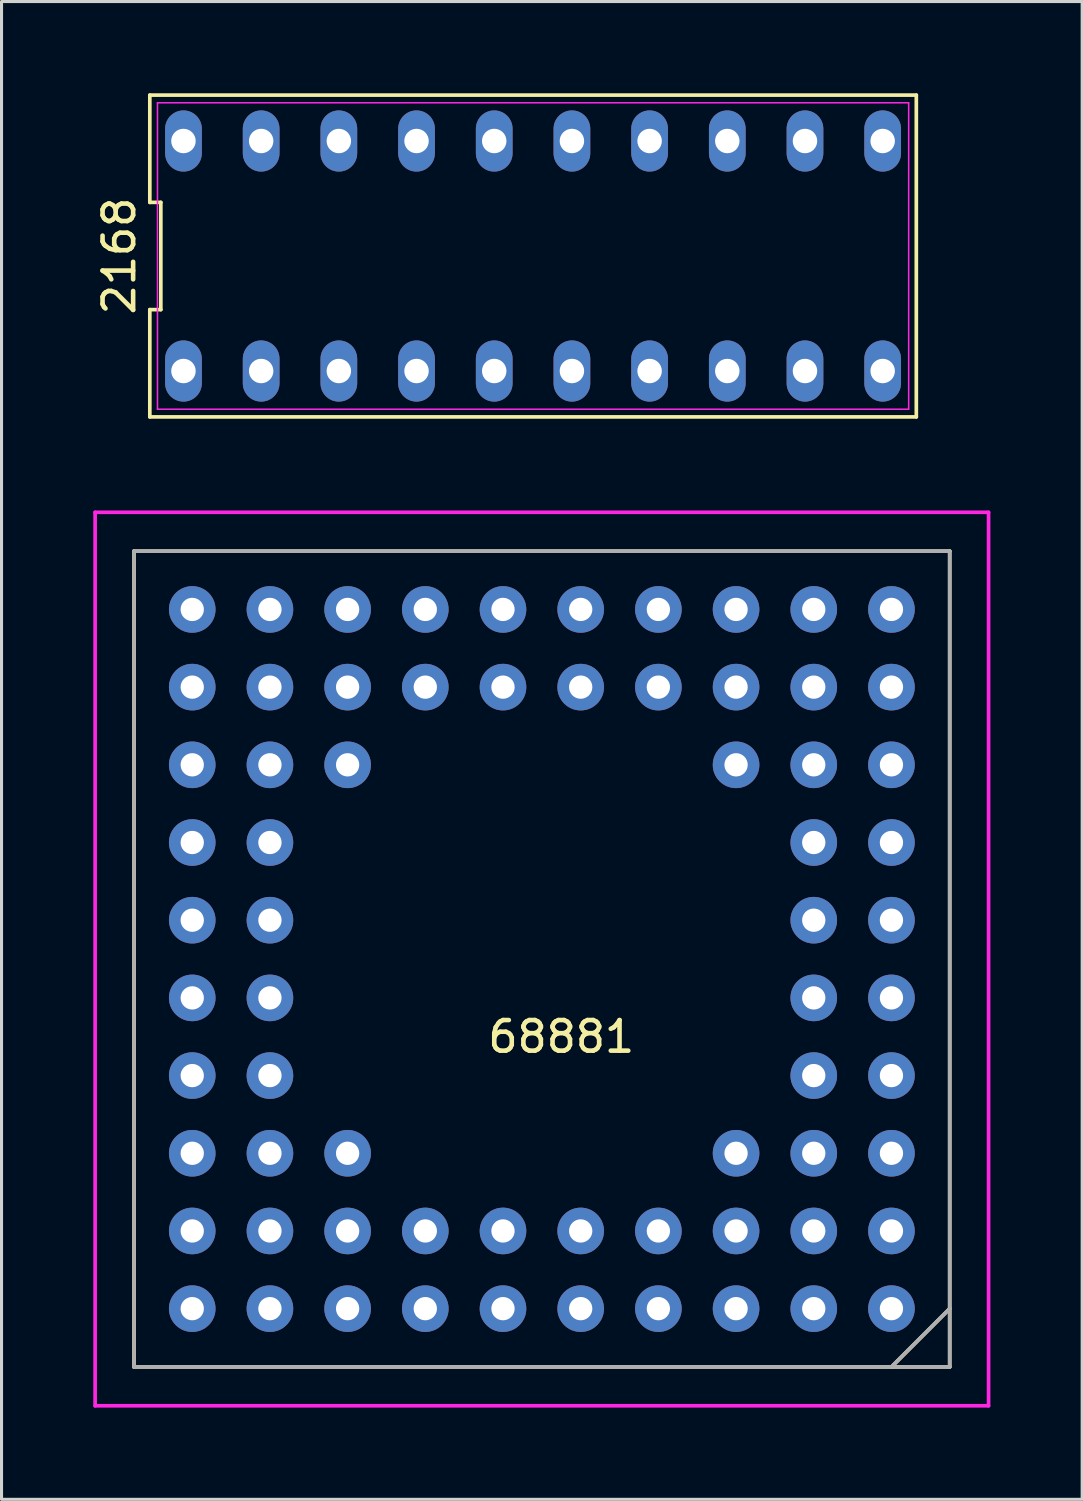
<source format=kicad_pcb>
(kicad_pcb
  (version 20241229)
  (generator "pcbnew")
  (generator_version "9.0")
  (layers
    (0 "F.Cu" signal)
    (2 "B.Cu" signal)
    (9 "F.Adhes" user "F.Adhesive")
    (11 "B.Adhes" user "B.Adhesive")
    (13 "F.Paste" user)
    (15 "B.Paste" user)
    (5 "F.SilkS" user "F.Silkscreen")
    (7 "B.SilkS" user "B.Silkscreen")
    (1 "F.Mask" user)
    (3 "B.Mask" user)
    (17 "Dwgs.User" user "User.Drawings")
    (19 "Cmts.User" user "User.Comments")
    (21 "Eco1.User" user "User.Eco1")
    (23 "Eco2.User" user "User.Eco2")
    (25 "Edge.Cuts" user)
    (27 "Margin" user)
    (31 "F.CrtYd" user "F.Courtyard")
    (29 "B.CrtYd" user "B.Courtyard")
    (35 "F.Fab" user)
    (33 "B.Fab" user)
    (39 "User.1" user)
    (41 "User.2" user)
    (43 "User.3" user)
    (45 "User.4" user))
  (footprint "68881"
    (layer "F.Cu")
    (at 14.665 28.305)
    (property "Reference" "68881" (at 0.635 2.54 0) (layer "F.SilkS") (effects (font (size 1 1) (thickness 0.15))))
    (attr through_hole)
    (fp_line (start -13.335 -13.335) (end 13.335 -13.335) (stroke (width 0.12) (type solid)) (layer "F.SilkS"))
    (fp_line (start -13.335 13.335) (end -13.335 -13.335) (stroke (width 0.12) (type solid)) (layer "F.SilkS"))
    (fp_line (start 11.43 13.335) (end 13.335 11.43) (stroke (width 0.12) (type solid)) (layer "F.SilkS"))
    (fp_line (start 13.335 -13.335) (end 13.335 13.335) (stroke (width 0.12) (type solid)) (layer "F.SilkS"))
    (fp_line (start 13.335 13.335) (end -13.335 13.335) (stroke (width 0.12) (type solid)) (layer "F.SilkS"))
    (fp_line (start -14.605 -14.605) (end 14.605 -14.605) (stroke (width 0.12) (type solid)) (layer "F.CrtYd"))
    (fp_line (start -14.605 14.605) (end -14.605 -14.605) (stroke (width 0.12) (type solid)) (layer "F.CrtYd"))
    (fp_line (start 14.605 -14.605) (end 14.605 14.605) (stroke (width 0.12) (type solid)) (layer "F.CrtYd"))
    (fp_line (start 14.605 14.605) (end -14.605 14.605) (stroke (width 0.12) (type solid)) (layer "F.CrtYd"))
    (fp_line (start -13.335 -13.335) (end 13.335 -13.335) (stroke (width 0.12) (type solid)) (layer "F.Fab"))
    (fp_line (start -13.335 13.335) (end -13.335 -13.335) (stroke (width 0.12) (type solid)) (layer "F.Fab"))
    (fp_line (start 11.43 13.335) (end 13.335 11.43) (stroke (width 0.12) (type solid)) (layer "F.Fab"))
    (fp_line (start 13.335 -13.335) (end 13.335 13.335) (stroke (width 0.12) (type solid)) (layer "F.Fab"))
    (fp_line (start 13.335 13.335) (end -13.335 13.335) (stroke (width 0.12) (type solid)) (layer "F.Fab"))
    (pad "1" thru_hole circle (at 11.43 11.43 180) (size 1.524 1.524) (drill 0.762) (layers "*.Cu" "*.Mask"))
    (pad "2" thru_hole circle (at 8.89 11.43 180) (size 1.524 1.524) (drill 0.762) (layers "*.Cu" "*.Mask"))
    (pad "3" thru_hole circle (at 6.35 11.43 180) (size 1.524 1.524) (drill 0.762) (layers "*.Cu" "*.Mask"))
    (pad "4" thru_hole circle (at 3.81 11.43 180) (size 1.524 1.524) (drill 0.762) (layers "*.Cu" "*.Mask"))
    (pad "5" thru_hole circle (at 1.27 11.43 180) (size 1.524 1.524) (drill 0.762) (layers "*.Cu" "*.Mask"))
    (pad "6" thru_hole circle (at -1.27 11.43 180) (size 1.524 1.524) (drill 0.762) (layers "*.Cu" "*.Mask"))
    (pad "7" thru_hole circle (at -3.81 11.43 180) (size 1.524 1.524) (drill 0.762) (layers "*.Cu" "*.Mask"))
    (pad "8" thru_hole circle (at -6.35 11.43 180) (size 1.524 1.524) (drill 0.762) (layers "*.Cu" "*.Mask"))
    (pad "9" thru_hole circle (at -8.89 11.43 180) (size 1.524 1.524) (drill 0.762) (layers "*.Cu" "*.Mask"))
    (pad "10" thru_hole circle (at -11.43 11.43 180) (size 1.524 1.524) (drill 0.762) (layers "*.Cu" "*.Mask"))
    (pad "11" thru_hole circle (at 11.43 8.89 180) (size 1.524 1.524) (drill 0.762) (layers "*.Cu" "*.Mask"))
    (pad "12" thru_hole circle (at 8.89 8.89 180) (size 1.524 1.524) (drill 0.762) (layers "*.Cu" "*.Mask"))
    (pad "13" thru_hole circle (at 6.35 8.89 180) (size 1.524 1.524) (drill 0.762) (layers "*.Cu" "*.Mask"))
    (pad "14" thru_hole circle (at 3.81 8.89 180) (size 1.524 1.524) (drill 0.762) (layers "*.Cu" "*.Mask"))
    (pad "15" thru_hole circle (at 1.27 8.89 180) (size 1.524 1.524) (drill 0.762) (layers "*.Cu" "*.Mask"))
    (pad "16" thru_hole circle (at -1.27 8.89 180) (size 1.524 1.524) (drill 0.762) (layers "*.Cu" "*.Mask"))
    (pad "17" thru_hole circle (at -3.81 8.89 180) (size 1.524 1.524) (drill 0.762) (layers "*.Cu" "*.Mask"))
    (pad "18" thru_hole circle (at -6.35 8.89 180) (size 1.524 1.524) (drill 0.762) (layers "*.Cu" "*.Mask"))
    (pad "19" thru_hole circle (at -8.89 8.89 180) (size 1.524 1.524) (drill 0.762) (layers "*.Cu" "*.Mask"))
    (pad "20" thru_hole circle (at -11.43 8.89 180) (size 1.524 1.524) (drill 0.762) (layers "*.Cu" "*.Mask"))
    (pad "21" thru_hole circle (at 11.43 6.35 180) (size 1.524 1.524) (drill 0.762) (layers "*.Cu" "*.Mask"))
    (pad "22" thru_hole circle (at 8.89 6.35 180) (size 1.524 1.524) (drill 0.762) (layers "*.Cu" "*.Mask"))
    (pad "23" thru_hole circle (at 6.35 6.35 180) (size 1.524 1.524) (drill 0.762) (layers "*.Cu" "*.Mask"))
    (pad "28" thru_hole circle (at -6.35 6.35 180) (size 1.524 1.524) (drill 0.762) (layers "*.Cu" "*.Mask"))
    (pad "29" thru_hole circle (at -8.89 6.35 180) (size 1.524 1.524) (drill 0.762) (layers "*.Cu" "*.Mask"))
    (pad "30" thru_hole circle (at -11.43 6.35 180) (size 1.524 1.524) (drill 0.762) (layers "*.Cu" "*.Mask"))
    (pad "31" thru_hole circle (at 11.43 3.81 180) (size 1.524 1.524) (drill 0.762) (layers "*.Cu" "*.Mask"))
    (pad "32" thru_hole circle (at 8.89 3.81 180) (size 1.524 1.524) (drill 0.762) (layers "*.Cu" "*.Mask"))
    (pad "39" thru_hole circle (at -8.89 3.81 180) (size 1.524 1.524) (drill 0.762) (layers "*.Cu" "*.Mask"))
    (pad "40" thru_hole circle (at -11.43 3.81 180) (size 1.524 1.524) (drill 0.762) (layers "*.Cu" "*.Mask"))
    (pad "41" thru_hole circle (at 11.43 1.27 180) (size 1.524 1.524) (drill 0.762) (layers "*.Cu" "*.Mask"))
    (pad "42" thru_hole circle (at 8.89 1.27 180) (size 1.524 1.524) (drill 0.762) (layers "*.Cu" "*.Mask"))
    (pad "49" thru_hole circle (at -8.89 1.27 180) (size 1.524 1.524) (drill 0.762) (layers "*.Cu" "*.Mask"))
    (pad "50" thru_hole circle (at -11.43 1.27 180) (size 1.524 1.524) (drill 0.762) (layers "*.Cu" "*.Mask"))
    (pad "51" thru_hole circle (at 11.43 -1.27 180) (size 1.524 1.524) (drill 0.762) (layers "*.Cu" "*.Mask"))
    (pad "52" thru_hole circle (at 8.89 -1.27 180) (size 1.524 1.524) (drill 0.762) (layers "*.Cu" "*.Mask"))
    (pad "59" thru_hole circle (at -8.89 -1.27 180) (size 1.524 1.524) (drill 0.762) (layers "*.Cu" "*.Mask"))
    (pad "60" thru_hole circle (at -11.43 -1.27 180) (size 1.524 1.524) (drill 0.762) (layers "*.Cu" "*.Mask"))
    (pad "61" thru_hole circle (at 11.43 -3.81 180) (size 1.524 1.524) (drill 0.762) (layers "*.Cu" "*.Mask"))
    (pad "62" thru_hole circle (at 8.89 -3.81 180) (size 1.524 1.524) (drill 0.762) (layers "*.Cu" "*.Mask"))
    (pad "69" thru_hole circle (at -8.89 -3.81 180) (size 1.524 1.524) (drill 0.762) (layers "*.Cu" "*.Mask"))
    (pad "70" thru_hole circle (at -11.43 -3.81 180) (size 1.524 1.524) (drill 0.762) (layers "*.Cu" "*.Mask"))
    (pad "71" thru_hole circle (at 11.43 -6.35 180) (size 1.524 1.524) (drill 0.762) (layers "*.Cu" "*.Mask"))
    (pad "72" thru_hole circle (at 8.89 -6.35 180) (size 1.524 1.524) (drill 0.762) (layers "*.Cu" "*.Mask"))
    (pad "73" thru_hole circle (at 6.35 -6.35 180) (size 1.524 1.524) (drill 0.762) (layers "*.Cu" "*.Mask"))
    (pad "78" thru_hole circle (at -6.35 -6.35 180) (size 1.524 1.524) (drill 0.762) (layers "*.Cu" "*.Mask"))
    (pad "79" thru_hole circle (at -8.89 -6.35 180) (size 1.524 1.524) (drill 0.762) (layers "*.Cu" "*.Mask"))
    (pad "80" thru_hole circle (at -11.43 -6.35 180) (size 1.524 1.524) (drill 0.762) (layers "*.Cu" "*.Mask"))
    (pad "81" thru_hole circle (at 11.43 -8.89 180) (size 1.524 1.524) (drill 0.762) (layers "*.Cu" "*.Mask"))
    (pad "82" thru_hole circle (at 8.89 -8.89 180) (size 1.524 1.524) (drill 0.762) (layers "*.Cu" "*.Mask"))
    (pad "83" thru_hole circle (at 6.35 -8.89 180) (size 1.524 1.524) (drill 0.762) (layers "*.Cu" "*.Mask"))
    (pad "84" thru_hole circle (at 3.81 -8.89 180) (size 1.524 1.524) (drill 0.762) (layers "*.Cu" "*.Mask"))
    (pad "85" thru_hole circle (at 1.27 -8.89 180) (size 1.524 1.524) (drill 0.762) (layers "*.Cu" "*.Mask"))
    (pad "86" thru_hole circle (at -1.27 -8.89 180) (size 1.524 1.524) (drill 0.762) (layers "*.Cu" "*.Mask"))
    (pad "87" thru_hole circle (at -3.81 -8.89 180) (size 1.524 1.524) (drill 0.762) (layers "*.Cu" "*.Mask"))
    (pad "88" thru_hole circle (at -6.35 -8.89 180) (size 1.524 1.524) (drill 0.762) (layers "*.Cu" "*.Mask"))
    (pad "89" thru_hole circle (at -8.89 -8.89 180) (size 1.524 1.524) (drill 0.762) (layers "*.Cu" "*.Mask"))
    (pad "90" thru_hole circle (at -11.43 -8.89 180) (size 1.524 1.524) (drill 0.762) (layers "*.Cu" "*.Mask"))
    (pad "91" thru_hole circle (at 11.43 -11.43 180) (size 1.524 1.524) (drill 0.762) (layers "*.Cu" "*.Mask"))
    (pad "92" thru_hole circle (at 8.89 -11.43 180) (size 1.524 1.524) (drill 0.762) (layers "*.Cu" "*.Mask"))
    (pad "93" thru_hole circle (at 6.35 -11.43 180) (size 1.524 1.524) (drill 0.762) (layers "*.Cu" "*.Mask"))
    (pad "94" thru_hole circle (at 3.81 -11.43 180) (size 1.524 1.524) (drill 0.762) (layers "*.Cu" "*.Mask"))
    (pad "95" thru_hole circle (at 1.27 -11.43 180) (size 1.524 1.524) (drill 0.762) (layers "*.Cu" "*.Mask"))
    (pad "96" thru_hole circle (at -1.27 -11.43 180) (size 1.524 1.524) (drill 0.762) (layers "*.Cu" "*.Mask"))
    (pad "97" thru_hole circle (at -3.81 -11.43 180) (size 1.524 1.524) (drill 0.762) (layers "*.Cu" "*.Mask"))
    (pad "98" thru_hole circle (at -6.35 -11.43 180) (size 1.524 1.524) (drill 0.762) (layers "*.Cu" "*.Mask"))
    (pad "99" thru_hole circle (at -8.89 -11.43 180) (size 1.524 1.524) (drill 0.762) (layers "*.Cu" "*.Mask"))
    (pad "100" thru_hole circle (at -11.43 -11.43 180) (size 1.524 1.524) (drill 0.762) (layers "*.Cu" "*.Mask")))
  (footprint "2168"
    (layer "F.Cu")
    (at 14.378 5.32)
    (property "Reference" "2168" (at -13.53 0 90) (layer "F.SilkS") (effects (font (size 1 1) (thickness 0.15))))
    (attr through_hole)
    (fp_line (start -12.53 -5.26) (end -12.53 -1.753) (stroke (width 0.12) (type solid)) (layer "F.SilkS"))
    (fp_line (start -12.53 -1.753) (end -12.17 -1.753) (stroke (width 0.12) (type solid)) (layer "F.SilkS"))
    (fp_line (start -12.53 1.753) (end -12.53 5.26) (stroke (width 0.12) (type solid)) (layer "F.SilkS"))
    (fp_line (start -12.53 5.26) (end 12.53 5.26) (stroke (width 0.12) (type solid)) (layer "F.SilkS"))
    (fp_line (start -12.17 -1.753) (end -12.17 1.753) (stroke (width 0.12) (type solid)) (layer "F.SilkS"))
    (fp_line (start -12.17 1.753) (end -12.53 1.753) (stroke (width 0.12) (type solid)) (layer "F.SilkS"))
    (fp_line (start 12.53 -5.26) (end -12.53 -5.26) (stroke (width 0.12) (type solid)) (layer "F.SilkS"))
    (fp_line (start 12.53 5.26) (end 12.53 -5.26) (stroke (width 0.12) (type solid)) (layer "F.SilkS"))
    (fp_line (start -12.28 -5.01) (end 12.28 -5.01) (stroke (width 0.05) (type solid)) (layer "F.CrtYd"))
    (fp_line (start -12.28 5.01) (end -12.28 -5.01) (stroke (width 0.05) (type solid)) (layer "F.CrtYd"))
    (fp_line (start 12.28 -5.01) (end 12.28 5.01) (stroke (width 0.05) (type solid)) (layer "F.CrtYd"))
    (fp_line (start 12.28 5.01) (end -12.28 5.01) (stroke (width 0.05) (type solid)) (layer "F.CrtYd"))
    (pad "1" thru_hole oval (at -11.43 3.76) (size 1.2 2) (drill 0.8) (layers "*.Cu" "*.Mask"))
    (pad "2" thru_hole oval (at -8.89 3.76) (size 1.2 2) (drill 0.8) (layers "*.Cu" "*.Mask"))
    (pad "3" thru_hole oval (at -6.35 3.76) (size 1.2 2) (drill 0.8) (layers "*.Cu" "*.Mask"))
    (pad "4" thru_hole oval (at -3.81 3.76) (size 1.2 2) (drill 0.8) (layers "*.Cu" "*.Mask"))
    (pad "5" thru_hole oval (at -1.27 3.76) (size 1.2 2) (drill 0.8) (layers "*.Cu" "*.Mask"))
    (pad "6" thru_hole oval (at 1.27 3.76) (size 1.2 2) (drill 0.8) (layers "*.Cu" "*.Mask"))
    (pad "7" thru_hole oval (at 3.81 3.76) (size 1.2 2) (drill 0.8) (layers "*.Cu" "*.Mask"))
    (pad "8" thru_hole oval (at 6.35 3.76) (size 1.2 2) (drill 0.8) (layers "*.Cu" "*.Mask"))
    (pad "9" thru_hole oval (at 8.89 3.76) (size 1.2 2) (drill 0.8) (layers "*.Cu" "*.Mask"))
    (pad "10" thru_hole oval (at 11.43 3.76) (size 1.2 2) (drill 0.8) (layers "*.Cu" "*.Mask"))
    (pad "11" thru_hole oval (at 11.43 -3.76) (size 1.2 2) (drill 0.8) (layers "*.Cu" "*.Mask"))
    (pad "12" thru_hole oval (at 8.89 -3.76) (size 1.2 2) (drill 0.8) (layers "*.Cu" "*.Mask"))
    (pad "13" thru_hole oval (at 6.35 -3.76) (size 1.2 2) (drill 0.8) (layers "*.Cu" "*.Mask"))
    (pad "14" thru_hole oval (at 3.81 -3.76) (size 1.2 2) (drill 0.8) (layers "*.Cu" "*.Mask"))
    (pad "15" thru_hole oval (at 1.27 -3.76) (size 1.2 2) (drill 0.8) (layers "*.Cu" "*.Mask"))
    (pad "16" thru_hole oval (at -1.27 -3.76) (size 1.2 2) (drill 0.8) (layers "*.Cu" "*.Mask"))
    (pad "17" thru_hole oval (at -3.81 -3.76) (size 1.2 2) (drill 0.8) (layers "*.Cu" "*.Mask"))
    (pad "18" thru_hole oval (at -6.35 -3.76) (size 1.2 2) (drill 0.8) (layers "*.Cu" "*.Mask"))
    (pad "19" thru_hole oval (at -8.89 -3.76) (size 1.2 2) (drill 0.8) (layers "*.Cu" "*.Mask"))
    (pad "20" thru_hole oval (at -11.43 -3.76) (size 1.2 2) (drill 0.8) (layers "*.Cu" "*.Mask")))
  (gr_rect
    (start -3 -3)
    (end 32.33 45.97)
    (stroke (width 0.1) (type default))
    (fill no)
    (layer "Edge.Cuts")))
</source>
